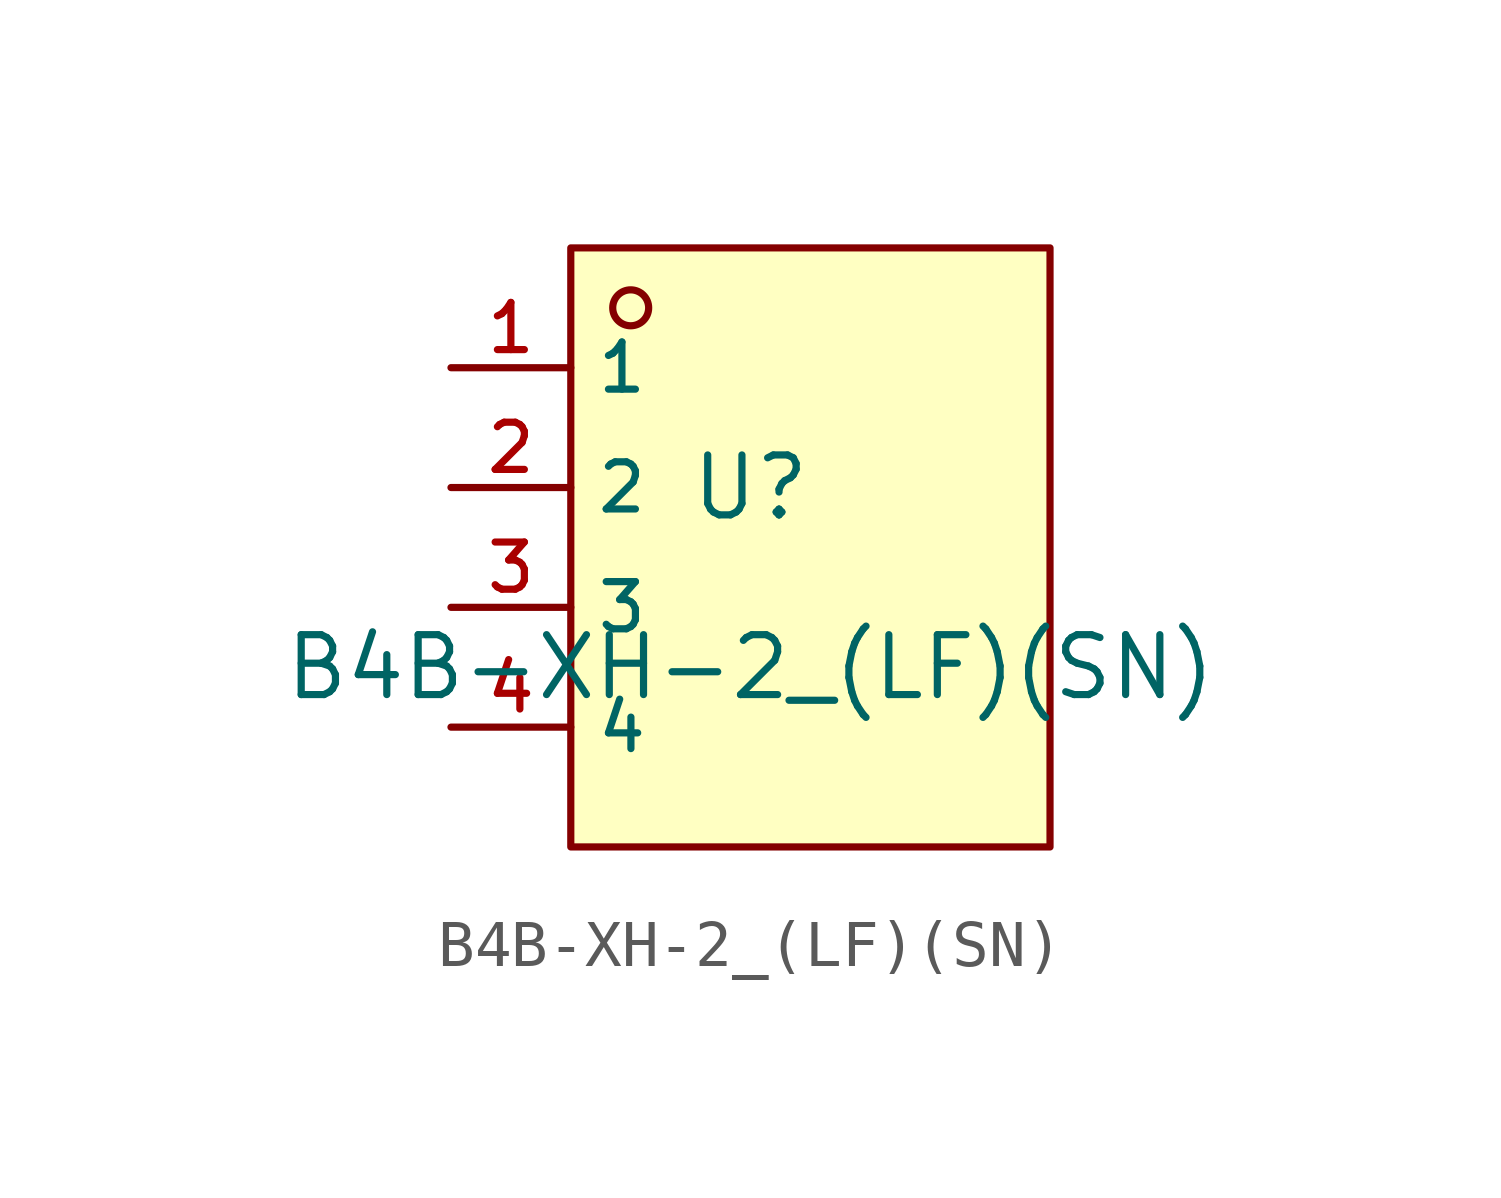
<source format=kicad_sym>
(kicad_symbol_lib
  (version 20210201)
  (generator TousstNicolas/JLC2KiCad_lib)
  (symbol "B4B-XH-2_(LF)(SN)"
    (property "Reference" "U"
      (at 0 1.27 0)
      (effects (font (size 1.27 1.27))))
    (property "Value" "B4B-XH-2_(LF)(SN)"
      (at 0 -2.54 0)
      (effects (font (size 1.27 1.27))))
    (symbol "B4B-XH-2_(LF)(SN)_0_1"
      (rectangle (start -3.81 6.35) (end 6.35 -6.35) (stroke (width 0) (type default) (color 0 0 0 0)) (fill (type background)))
      (circle (center -2.54 5.08) (radius 0.381) (stroke (width 0) (type default) (color 0 0 0 0)) (fill (type background)))
      (pin unspecified line (at -6.35 3.81 0) (length 2.54) (name "1" (effects (font (size 1 1)))) (number "1" (effects (font (size 1 1)))))
      (pin unspecified line (at -6.35 1.27 0) (length 2.54) (name "2" (effects (font (size 1 1)))) (number "2" (effects (font (size 1 1)))))
      (pin unspecified line (at -6.35 -1.27 0) (length 2.54) (name "3" (effects (font (size 1 1)))) (number "3" (effects (font (size 1 1)))))
      (pin unspecified line (at -6.35 -3.81 0) (length 2.54) (name "4" (effects (font (size 1 1)))) (number "4" (effects (font (size 1 1))))))))
</source>
